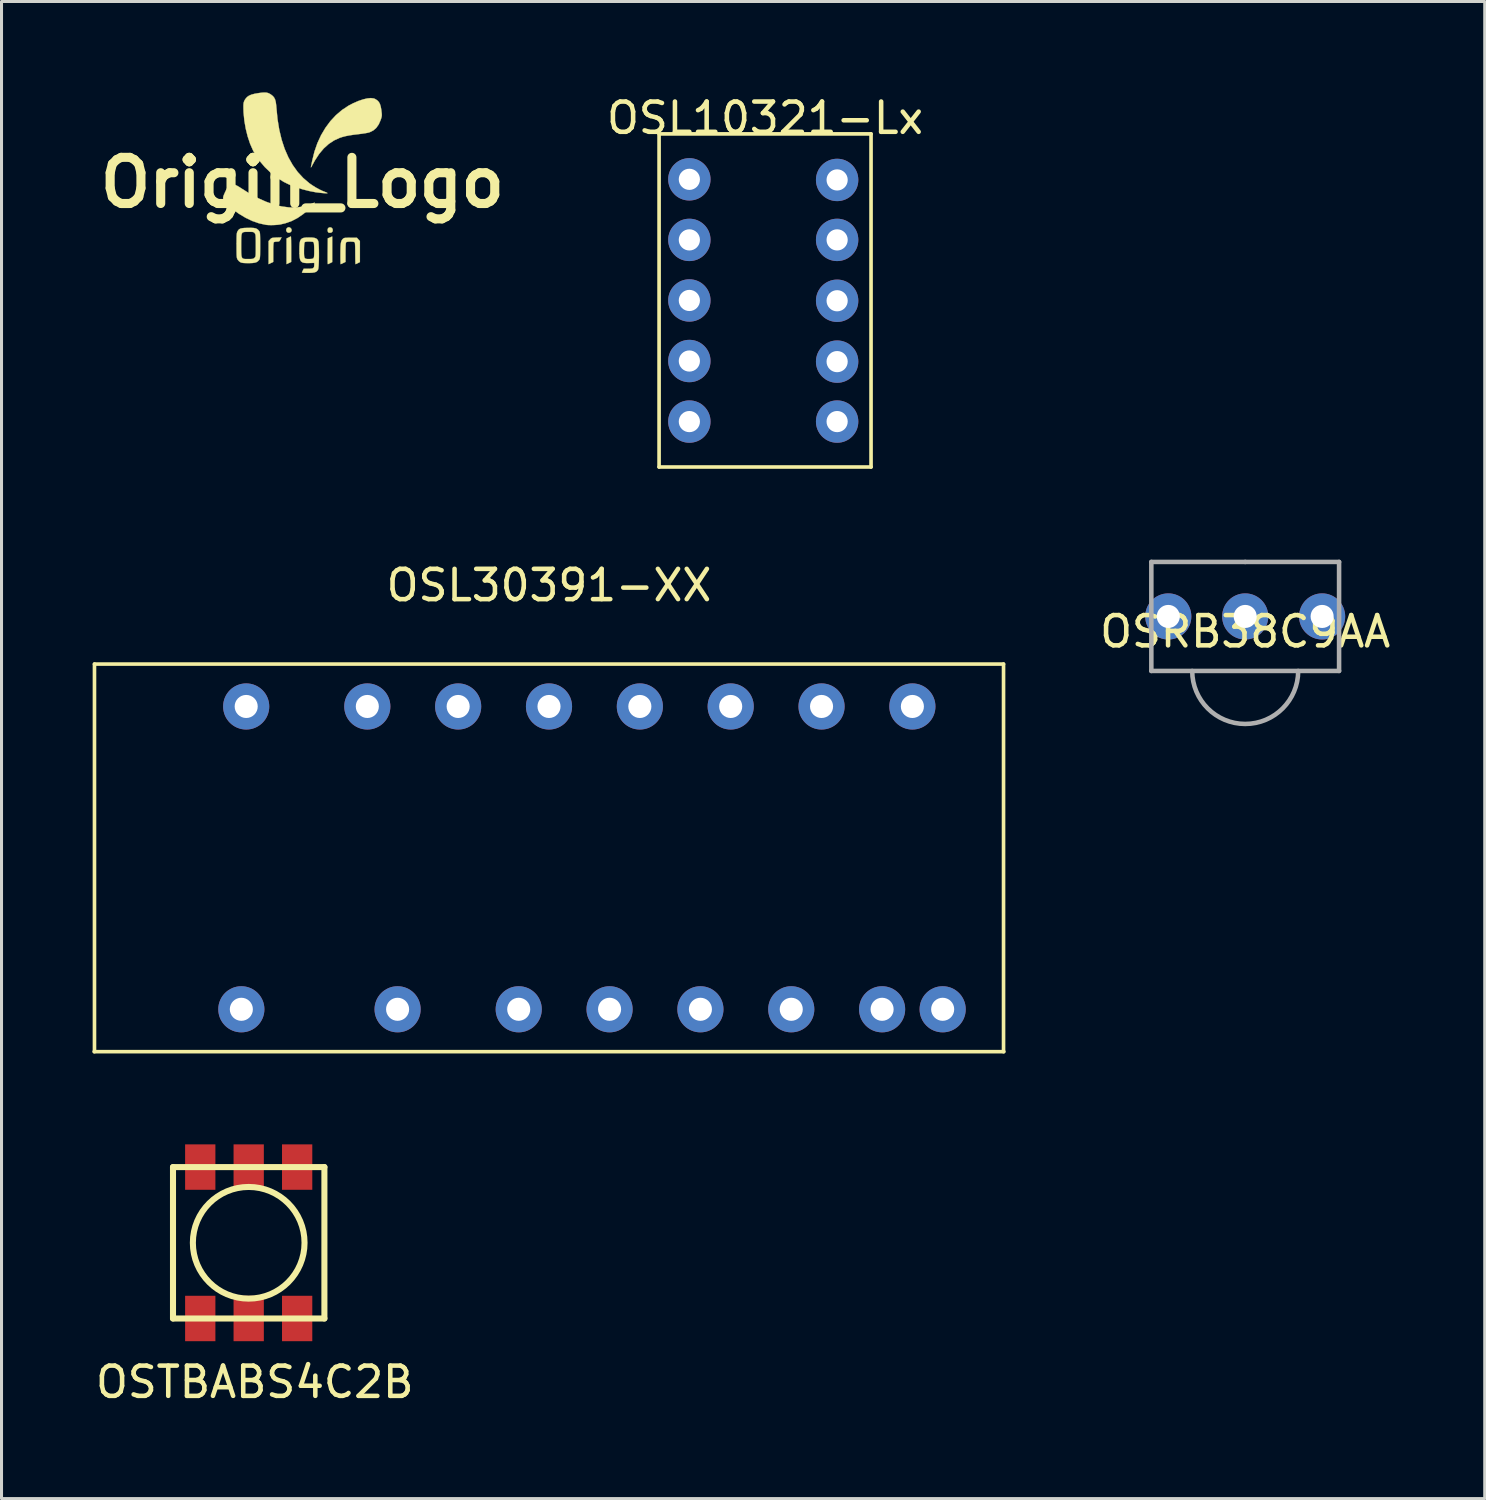
<source format=kicad_pcb>
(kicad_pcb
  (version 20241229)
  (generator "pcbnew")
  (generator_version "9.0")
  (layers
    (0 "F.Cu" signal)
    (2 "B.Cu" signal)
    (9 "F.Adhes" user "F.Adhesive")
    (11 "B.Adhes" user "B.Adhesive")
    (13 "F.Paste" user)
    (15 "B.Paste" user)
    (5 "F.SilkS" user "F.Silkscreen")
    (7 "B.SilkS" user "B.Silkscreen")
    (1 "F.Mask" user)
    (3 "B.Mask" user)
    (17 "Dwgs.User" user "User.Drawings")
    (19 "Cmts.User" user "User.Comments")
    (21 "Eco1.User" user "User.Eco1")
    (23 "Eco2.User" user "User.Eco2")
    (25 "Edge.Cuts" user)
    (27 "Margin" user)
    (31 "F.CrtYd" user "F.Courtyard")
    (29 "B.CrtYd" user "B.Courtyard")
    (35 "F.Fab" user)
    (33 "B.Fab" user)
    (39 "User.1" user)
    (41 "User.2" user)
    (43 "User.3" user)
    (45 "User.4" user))
  (footprint "Origin_Logo"
    (layer "F.Cu")
    (at 6.938 2.981)
    (property "Reference" "Origin_Logo" (at 0 0 0) (layer "F.SilkS") (effects (font (size 1.524 1.524) (thickness 0.3))))
    (attr through_hole)
    (fp_poly (pts (xy -0.379 1.794) (xy -0.377 1.84) (xy -0.375 1.91) (xy -0.374 2) (xy -0.373 2.106) (xy -0.373 2.198) (xy -0.373 2.618) (xy -0.525 2.692) (xy -0.525 1.846) (xy -0.458 1.812) (xy -0.415 1.791) (xy -0.387 1.779) (xy -0.382 1.778) (xy -0.379 1.794)) (stroke (width 0.01) (type solid)) (fill yes) (layer "F.SilkS"))
    (fp_poly (pts (xy -0.404 1.488) (xy -0.37 1.524) (xy -0.356 1.569) (xy -0.356 1.569) (xy -0.37 1.615) (xy -0.405 1.645) (xy -0.451 1.656) (xy -0.496 1.643) (xy -0.514 1.629) (xy -0.537 1.582) (xy -0.533 1.534) (xy -0.506 1.495) (xy -0.461 1.474) (xy -0.446 1.473) (xy -0.404 1.488)) (stroke (width 0.01) (type solid)) (fill yes) (layer "F.SilkS"))
    (fp_poly (pts (xy 0.982 2.624) (xy 0.915 2.658) (xy 0.872 2.679) (xy 0.844 2.691) (xy 0.839 2.692) (xy 0.836 2.676) (xy 0.834 2.631) (xy 0.833 2.56) (xy 0.833 2.47) (xy 0.833 2.363) (xy 0.834 2.266) (xy 0.838 1.84) (xy 0.91 1.81) (xy 0.982 1.779) (xy 0.982 2.624)) (stroke (width 0.01) (type solid)) (fill yes) (layer "F.SilkS"))
    (fp_poly (pts (xy 0.957 1.487) (xy 0.988 1.517) (xy 1.001 1.561) (xy 0.995 1.607) (xy 0.97 1.64) (xy 0.966 1.642) (xy 0.912 1.658) (xy 0.865 1.65) (xy 0.85 1.639) (xy 0.836 1.609) (xy 0.83 1.564) (xy 0.83 1.563) (xy 0.843 1.511) (xy 0.878 1.482) (xy 0.928 1.478) (xy 0.957 1.487)) (stroke (width 0.01) (type solid)) (fill yes) (layer "F.SilkS"))
    (fp_poly (pts (xy -0.727 1.878) (xy -0.751 1.92) (xy -0.774 1.94) (xy -0.81 1.947) (xy -0.844 1.947) (xy -0.896 1.951) (xy -0.935 1.962) (xy -0.945 1.968) (xy -0.953 1.989) (xy -0.959 2.035) (xy -0.963 2.109) (xy -0.965 2.213) (xy -0.965 2.303) (xy -0.965 2.618) (xy -1.118 2.692) (xy -1.118 1.931) (xy -1.068 1.876) (xy -1.044 1.85) (xy -1.021 1.834) (xy -0.991 1.824) (xy -0.946 1.819) (xy -0.878 1.815) (xy -0.855 1.814) (xy -0.692 1.809) (xy -0.727 1.878)) (stroke (width 0.01) (type solid)) (fill yes) (layer "F.SilkS"))
    (fp_poly (pts (xy -2.227 0.073) (xy -2.164 0.1) (xy -2.086 0.145) (xy -2.03 0.182) (xy -1.746 0.361) (xy -1.468 0.512) (xy -1.197 0.633) (xy -0.935 0.725) (xy -0.682 0.787) (xy -0.439 0.819) (xy -0.207 0.821) (xy 0.013 0.792) (xy 0.221 0.734) (xy 0.311 0.697) (xy 0.363 0.674) (xy 0.395 0.664) (xy 0.407 0.668) (xy 0.397 0.688) (xy 0.366 0.725) (xy 0.311 0.781) (xy 0.231 0.859) (xy 0.226 0.864) (xy 0.036 1.03) (xy -0.157 1.164) (xy -0.356 1.268) (xy -0.565 1.342) (xy -0.737 1.382) (xy -0.823 1.393) (xy -0.926 1.4) (xy -1.031 1.403) (xy -1.128 1.401) (xy -1.202 1.394) (xy -1.429 1.345) (xy -1.652 1.268) (xy -1.875 1.162) (xy -2.1 1.027) (xy -2.328 0.86) (xy -2.442 0.767) (xy -2.511 0.707) (xy -2.557 0.662) (xy -2.586 0.625) (xy -2.603 0.59) (xy -2.609 0.573) (xy -2.618 0.532) (xy -2.62 0.495) (xy -2.612 0.454) (xy -2.594 0.403) (xy -2.563 0.333) (xy -2.538 0.279) (xy -2.495 0.195) (xy -2.455 0.138) (xy -2.414 0.101) (xy -2.364 0.077) (xy -2.331 0.068) (xy -2.281 0.063) (xy -2.227 0.073)) (stroke (width 0.01) (type solid)) (fill yes) (layer "F.SilkS"))
    (fp_poly (pts (xy 1.847 1.876) (xy 1.897 1.931) (xy 1.897 2.624) (xy 1.829 2.658) (xy 1.787 2.679) (xy 1.758 2.691) (xy 1.753 2.692) (xy 1.751 2.676) (xy 1.748 2.631) (xy 1.746 2.562) (xy 1.745 2.474) (xy 1.744 2.373) (xy 1.744 2.34) (xy 1.743 2.208) (xy 1.741 2.107) (xy 1.737 2.035) (xy 1.732 1.99) (xy 1.724 1.968) (xy 1.724 1.968) (xy 1.695 1.956) (xy 1.645 1.95) (xy 1.583 1.947) (xy 1.521 1.95) (xy 1.47 1.957) (xy 1.443 1.968) (xy 1.435 1.989) (xy 1.429 2.035) (xy 1.425 2.109) (xy 1.423 2.213) (xy 1.422 2.303) (xy 1.422 2.618) (xy 1.346 2.655) (xy 1.3 2.677) (xy 1.269 2.69) (xy 1.261 2.692) (xy 1.259 2.676) (xy 1.257 2.632) (xy 1.255 2.564) (xy 1.254 2.477) (xy 1.254 2.378) (xy 1.254 2.375) (xy 1.255 2.237) (xy 1.258 2.128) (xy 1.263 2.044) (xy 1.272 1.98) (xy 1.285 1.933) (xy 1.301 1.898) (xy 1.324 1.869) (xy 1.328 1.865) (xy 1.348 1.846) (xy 1.368 1.834) (xy 1.396 1.826) (xy 1.437 1.822) (xy 1.499 1.821) (xy 1.585 1.82) (xy 1.798 1.82) (xy 1.847 1.876)) (stroke (width 0.01) (type solid)) (fill yes) (layer "F.SilkS"))
    (fp_poly (pts (xy 2.354 -2.78) (xy 2.397 -2.764) (xy 2.466 -2.721) (xy 2.518 -2.669) (xy 2.557 -2.602) (xy 2.584 -2.515) (xy 2.605 -2.401) (xy 2.609 -2.363) (xy 2.618 -2.287) (xy 2.621 -2.232) (xy 2.617 -2.187) (xy 2.606 -2.14) (xy 2.586 -2.08) (xy 2.582 -2.067) (xy 2.519 -1.924) (xy 2.439 -1.81) (xy 2.342 -1.725) (xy 2.227 -1.667) (xy 2.184 -1.653) (xy 2.133 -1.642) (xy 2.057 -1.629) (xy 1.966 -1.615) (xy 1.869 -1.603) (xy 1.846 -1.6) (xy 1.681 -1.58) (xy 1.544 -1.559) (xy 1.427 -1.536) (xy 1.323 -1.509) (xy 1.23 -1.479) (xy 1.042 -1.393) (xy 0.866 -1.276) (xy 0.702 -1.128) (xy 0.551 -0.948) (xy 0.413 -0.736) (xy 0.348 -0.618) (xy 0.316 -0.559) (xy 0.293 -0.52) (xy 0.28 -0.503) (xy 0.278 -0.508) (xy 0.285 -0.542) (xy 0.297 -0.6) (xy 0.312 -0.673) (xy 0.323 -0.727) (xy 0.396 -1.024) (xy 0.494 -1.305) (xy 0.615 -1.567) (xy 0.759 -1.81) (xy 0.923 -2.031) (xy 1.106 -2.228) (xy 1.308 -2.4) (xy 1.526 -2.544) (xy 1.678 -2.623) (xy 1.85 -2.697) (xy 2.005 -2.749) (xy 2.142 -2.781) (xy 2.259 -2.792) (xy 2.354 -2.78)) (stroke (width 0.01) (type solid)) (fill yes) (layer "F.SilkS"))
    (fp_poly (pts (xy -1.186 -2.972) (xy -1.129 -2.957) (xy -1.075 -2.931) (xy -1.039 -2.908) (xy -0.98 -2.861) (xy -0.935 -2.808) (xy -0.903 -2.743) (xy -0.881 -2.66) (xy -0.867 -2.553) (xy -0.86 -2.475) (xy -0.824 -2.098) (xy -0.766 -1.745) (xy -0.687 -1.416) (xy -0.587 -1.113) (xy -0.465 -0.834) (xy -0.322 -0.581) (xy -0.159 -0.353) (xy 0.025 -0.153) (xy 0.224 0.018) (xy 0.328 0.09) (xy 0.443 0.162) (xy 0.56 0.226) (xy 0.668 0.277) (xy 0.72 0.297) (xy 0.771 0.317) (xy 0.809 0.334) (xy 0.82 0.341) (xy 0.825 0.348) (xy 0.815 0.352) (xy 0.787 0.352) (xy 0.734 0.349) (xy 0.66 0.344) (xy 0.445 0.319) (xy 0.217 0.275) (xy -0.013 0.216) (xy -0.236 0.144) (xy -0.443 0.061) (xy -0.61 -0.02) (xy -0.836 -0.161) (xy -1.049 -0.328) (xy -1.245 -0.516) (xy -1.418 -0.721) (xy -1.564 -0.939) (xy -1.633 -1.066) (xy -1.729 -1.284) (xy -1.809 -1.525) (xy -1.873 -1.783) (xy -1.919 -2.05) (xy -1.945 -2.318) (xy -1.949 -2.438) (xy -1.95 -2.533) (xy -1.947 -2.603) (xy -1.937 -2.656) (xy -1.92 -2.702) (xy -1.893 -2.749) (xy -1.877 -2.772) (xy -1.829 -2.827) (xy -1.766 -2.871) (xy -1.683 -2.907) (xy -1.576 -2.935) (xy -1.448 -2.957) (xy -1.338 -2.971) (xy -1.253 -2.976) (xy -1.186 -2.972)) (stroke (width 0.01) (type solid)) (fill yes) (layer "F.SilkS"))
    (fp_poly (pts (xy 0.325 1.815) (xy 0.401 1.826) (xy 0.455 1.846) (xy 0.493 1.878) (xy 0.518 1.923) (xy 0.527 1.962) (xy 0.534 2.029) (xy 0.539 2.117) (xy 0.543 2.22) (xy 0.544 2.333) (xy 0.544 2.449) (xy 0.542 2.562) (xy 0.538 2.666) (xy 0.533 2.756) (xy 0.526 2.825) (xy 0.517 2.867) (xy 0.515 2.871) (xy 0.488 2.913) (xy 0.451 2.944) (xy 0.398 2.964) (xy 0.325 2.975) (xy 0.225 2.98) (xy 0.179 2.98) (xy 0.102 2.98) (xy 0.04 2.978) (xy -0.002 2.975) (xy -0.017 2.972) (xy -0.01 2.953) (xy 0.006 2.916) (xy 0.012 2.905) (xy 0.04 2.845) (xy 0.188 2.845) (xy 0.274 2.842) (xy 0.332 2.833) (xy 0.367 2.813) (xy 0.384 2.779) (xy 0.389 2.729) (xy 0.39 2.721) (xy 0.39 2.65) (xy 0.231 2.655) (xy 0.129 2.656) (xy 0.05 2.649) (xy -0.008 2.63) (xy -0.05 2.595) (xy -0.077 2.541) (xy -0.093 2.463) (xy -0.1 2.36) (xy -0.102 2.241) (xy 0.051 2.241) (xy 0.051 2.345) (xy 0.055 2.419) (xy 0.065 2.469) (xy 0.084 2.5) (xy 0.114 2.516) (xy 0.159 2.522) (xy 0.22 2.523) (xy 0.295 2.52) (xy 0.342 2.51) (xy 0.363 2.496) (xy 0.374 2.479) (xy 0.382 2.45) (xy 0.386 2.402) (xy 0.389 2.332) (xy 0.389 2.241) (xy 0.388 2.154) (xy 0.385 2.077) (xy 0.38 2.018) (xy 0.373 1.983) (xy 0.372 1.98) (xy 0.358 1.963) (xy 0.335 1.953) (xy 0.294 1.949) (xy 0.227 1.947) (xy 0.22 1.947) (xy 0.151 1.948) (xy 0.108 1.953) (xy 0.083 1.962) (xy 0.069 1.978) (xy 0.068 1.98) (xy 0.062 2.009) (xy 0.056 2.064) (xy 0.053 2.138) (xy 0.051 2.223) (xy 0.051 2.241) (xy -0.102 2.241) (xy -0.102 2.235) (xy -0.1 2.104) (xy -0.093 2.004) (xy -0.078 1.929) (xy -0.051 1.876) (xy -0.011 1.842) (xy 0.046 1.823) (xy 0.124 1.814) (xy 0.22 1.812) (xy 0.325 1.815)) (stroke (width 0.01) (type solid)) (fill yes) (layer "F.SilkS"))
    (fp_poly (pts (xy -1.608 1.498) (xy -1.545 1.51) (xy -1.498 1.532) (xy -1.459 1.564) (xy -1.432 1.597) (xy -1.421 1.614) (xy -1.413 1.632) (xy -1.407 1.658) (xy -1.402 1.695) (xy -1.4 1.747) (xy -1.398 1.819) (xy -1.397 1.915) (xy -1.397 2.04) (xy -1.397 2.074) (xy -1.397 2.206) (xy -1.398 2.309) (xy -1.399 2.387) (xy -1.402 2.443) (xy -1.406 2.483) (xy -1.411 2.511) (xy -1.419 2.531) (xy -1.429 2.548) (xy -1.432 2.551) (xy -1.469 2.594) (xy -1.513 2.624) (xy -1.569 2.643) (xy -1.644 2.654) (xy -1.745 2.658) (xy -1.786 2.658) (xy -1.882 2.657) (xy -1.952 2.653) (xy -2.001 2.646) (xy -2.039 2.633) (xy -2.048 2.629) (xy -2.097 2.593) (xy -2.138 2.546) (xy -2.141 2.54) (xy -2.152 2.519) (xy -2.161 2.496) (xy -2.167 2.466) (xy -2.171 2.424) (xy -2.174 2.366) (xy -2.175 2.287) (xy -2.176 2.209) (xy -2.024 2.209) (xy -2.022 2.314) (xy -2.018 2.392) (xy -2.008 2.448) (xy -1.991 2.486) (xy -1.965 2.508) (xy -1.927 2.519) (xy -1.875 2.523) (xy -1.809 2.523) (xy -1.784 2.523) (xy -1.708 2.522) (xy -1.657 2.519) (xy -1.625 2.512) (xy -1.601 2.498) (xy -1.582 2.482) (xy -1.569 2.467) (xy -1.558 2.452) (xy -1.551 2.431) (xy -1.546 2.4) (xy -1.543 2.354) (xy -1.542 2.288) (xy -1.541 2.198) (xy -1.541 2.079) (xy -1.541 2.077) (xy -1.541 1.957) (xy -1.542 1.866) (xy -1.544 1.799) (xy -1.547 1.751) (xy -1.552 1.719) (xy -1.56 1.696) (xy -1.57 1.678) (xy -1.576 1.67) (xy -1.594 1.65) (xy -1.614 1.637) (xy -1.643 1.629) (xy -1.69 1.626) (xy -1.762 1.626) (xy -1.777 1.626) (xy -1.851 1.625) (xy -1.909 1.628) (xy -1.952 1.636) (xy -1.983 1.654) (xy -2.003 1.685) (xy -2.015 1.734) (xy -2.021 1.805) (xy -2.023 1.9) (xy -2.024 2.024) (xy -2.024 2.074) (xy -2.024 2.209) (xy -2.176 2.209) (xy -2.176 2.182) (xy -2.176 2.074) (xy -2.176 1.944) (xy -2.175 1.843) (xy -2.173 1.766) (xy -2.17 1.71) (xy -2.165 1.67) (xy -2.158 1.641) (xy -2.149 1.619) (xy -2.146 1.613) (xy -2.119 1.57) (xy -2.088 1.539) (xy -2.047 1.518) (xy -1.99 1.505) (xy -1.912 1.497) (xy -1.806 1.494) (xy -1.804 1.494) (xy -1.692 1.493) (xy -1.608 1.498)) (stroke (width 0.01) (type solid)) (fill yes) (layer "F.SilkS")))
  (footprint "OSRB38C9AA"
    (layer "F.Cu")
    (at 38.071 17.307)
    (property "Reference" "OSRB38C9AA" (at 0 0.5 0) (layer "F.SilkS") (effects (font (size 1 1) (thickness 0.15))))
    (attr through_hole)
    (fp_line (start -3.1 -1.8) (end -3.1 1.8) (stroke (width 0.15) (type solid)) (layer "F.Fab"))
    (fp_line (start -3.1 1.8) (end 3.1 1.8) (stroke (width 0.15) (type solid)) (layer "F.Fab"))
    (fp_line (start 0 -1.8) (end -3.1 -1.8) (stroke (width 0.15) (type solid)) (layer "F.Fab"))
    (fp_line (start 3.1 -1.8) (end 0 -1.8) (stroke (width 0.15) (type solid)) (layer "F.Fab"))
    (fp_line (start 3.1 1.8) (end 3.1 -1.8) (stroke (width 0.15) (type solid)) (layer "F.Fab"))
    (fp_arc (start 1.75 1.8) (mid 0 3.55) (end -1.75 1.8) (stroke (width 0.15) (type solid)) (layer "F.Fab"))
    (pad "1" thru_hole circle (at -2.54 0) (size 1.524 1.524) (drill 0.762) (layers "*.Cu" "*.Mask"))
    (pad "2" thru_hole circle (at 0 0) (size 1.524 1.524) (drill 0.762) (layers "*.Cu" "*.Mask"))
    (pad "3" thru_hole circle (at 2.54 0) (size 1.524 1.524) (drill 0.762) (layers "*.Cu" "*.Mask")))
  (footprint "OSL10321-Lx"
    (layer "F.Cu")
    (at 22.215 6.872)
    (property "Reference" "OSL10321-Lx" (at 0 -6.024 0) (layer "F.SilkS") (effects (font (size 1 1) (thickness 0.15))))
    (attr through_hole)
    (fp_line (start -3.5 -5.5) (end 3.5 -5.5) (stroke (width 0.12) (type solid)) (layer "F.SilkS"))
    (fp_line (start -3.5 5.5) (end -3.5 -5.5) (stroke (width 0.12) (type solid)) (layer "F.SilkS"))
    (fp_line (start 3.5 -5.5) (end 3.5 5.5) (stroke (width 0.12) (type solid)) (layer "F.SilkS"))
    (fp_line (start 3.5 5.5) (end -3.5 5.5) (stroke (width 0.12) (type solid)) (layer "F.SilkS"))
    (pad "1" thru_hole circle (at -2.5 -4) (size 1.4 1.4) (drill 0.7) (layers "*.Cu" "*.Mask"))
    (pad "2" thru_hole circle (at -2.5 -2) (size 1.4 1.4) (drill 0.7) (layers "*.Cu" "*.Mask"))
    (pad "3" thru_hole circle (at -2.5 0) (size 1.4 1.4) (drill 0.7) (layers "*.Cu" "*.Mask"))
    (pad "4" thru_hole circle (at -2.5 2) (size 1.4 1.4) (drill 0.7) (layers "*.Cu" "*.Mask"))
    (pad "5" thru_hole circle (at -2.5 4) (size 1.4 1.4) (drill 0.7) (layers "*.Cu" "*.Mask"))
    (pad "6" thru_hole circle (at 2.38 4) (size 1.4 1.4) (drill 0.7) (layers "*.Cu" "*.Mask"))
    (pad "7" thru_hole circle (at 2.38 2.02) (size 1.4 1.4) (drill 0.7) (layers "*.Cu" "*.Mask"))
    (pad "8" thru_hole circle (at 2.38 0.01) (size 1.4 1.4) (drill 0.7) (layers "*.Cu" "*.Mask"))
    (pad "9" thru_hole circle (at 2.38 -2) (size 1.4 1.4) (drill 0.7) (layers "*.Cu" "*.Mask"))
    (pad "10" thru_hole circle (at 2.38 -3.98) (size 1.4 1.4) (drill 0.7) (layers "*.Cu" "*.Mask")))
  (footprint "OSL30391-XX"
    (layer "F.Cu")
    (at 15.08 25.28)
    (property "Reference" "OSL30391-XX" (at 0 -9 0) (layer "F.SilkS") (effects (font (size 1 1) (thickness 0.15))))
    (attr through_hole)
    (fp_line (start -15.02 6.4) (end 15.02 6.4) (stroke (width 0.12) (type solid)) (layer "F.SilkS"))
    (fp_line (start -15.01 6.4) (end -15.01 -6.4) (stroke (width 0.12) (type solid)) (layer "F.SilkS"))
    (fp_line (start 15.01 -6.4) (end -15.01 -6.4) (stroke (width 0.12) (type solid)) (layer "F.SilkS"))
    (fp_line (start 15.01 -6.4) (end 15.01 6.4) (stroke (width 0.12) (type solid)) (layer "F.SilkS"))
    (pad "1" thru_hole circle (at -10.16 5) (size 1.524 1.524) (drill 0.762) (layers "*.Cu" "*.Mask"))
    (pad "2" thru_hole circle (at -5 5) (size 1.524 1.524) (drill 0.762) (layers "*.Cu" "*.Mask"))
    (pad "3" thru_hole circle (at -1 5) (size 1.524 1.524) (drill 0.762) (layers "*.Cu" "*.Mask"))
    (pad "4" thru_hole circle (at 2 5) (size 1.524 1.524) (drill 0.762) (layers "*.Cu" "*.Mask"))
    (pad "5" thru_hole circle (at 5 5) (size 1.524 1.524) (drill 0.762) (layers "*.Cu" "*.Mask"))
    (pad "6" thru_hole circle (at 8 5) (size 1.524 1.524) (drill 0.762) (layers "*.Cu" "*.Mask"))
    (pad "7" thru_hole circle (at 11 5) (size 1.524 1.524) (drill 0.762) (layers "*.Cu" "*.Mask"))
    (pad "8" thru_hole circle (at 13 5) (size 1.524 1.524) (drill 0.762) (layers "*.Cu" "*.Mask"))
    (pad "9" thru_hole circle (at -10 -5) (size 1.524 1.524) (drill 0.762) (layers "*.Cu" "*.Mask"))
    (pad "10" thru_hole circle (at -6 -5) (size 1.524 1.524) (drill 0.762) (layers "*.Cu" "*.Mask"))
    (pad "11" thru_hole circle (at -3 -5) (size 1.524 1.524) (drill 0.762) (layers "*.Cu" "*.Mask"))
    (pad "12" thru_hole circle (at 0 -5) (size 1.524 1.524) (drill 0.762) (layers "*.Cu" "*.Mask"))
    (pad "13" thru_hole circle (at 3 -5) (size 1.524 1.524) (drill 0.762) (layers "*.Cu" "*.Mask"))
    (pad "14" thru_hole circle (at 6 -5) (size 1.524 1.524) (drill 0.762) (layers "*.Cu" "*.Mask"))
    (pad "15" thru_hole circle (at 9 -5) (size 1.524 1.524) (drill 0.762) (layers "*.Cu" "*.Mask"))
    (pad "16" thru_hole circle (at 12 -5) (size 1.524 1.524) (drill 0.762) (layers "*.Cu" "*.Mask")))
  (footprint "OSTBABS4C2B"
    (layer "F.Cu")
    (at 5.163 37.891)
    (property "Reference" "OSTBABS4C2B" (at 0.2 4.7 0) (layer "F.SilkS") (effects (font (size 1 1) (thickness 0.15))))
    (attr through_hole)
    (fp_line (start -2.5 -2.4) (end 2.5 -2.4) (stroke (width 0.2) (type solid)) (layer "F.SilkS"))
    (fp_line (start -2.5 2.6) (end -2.5 -2.4) (stroke (width 0.2) (type solid)) (layer "F.SilkS"))
    (fp_line (start 2.5 -2.4) (end 2.5 2.6) (stroke (width 0.2) (type solid)) (layer "F.SilkS"))
    (fp_line (start 2.5 2.6) (end -2.5 2.6) (stroke (width 0.2) (type solid)) (layer "F.SilkS"))
    (fp_circle (center 0 0.1) (end 0.4 -1.7) (stroke (width 0.2) (type solid)) (fill no) (layer "F.SilkS"))
    (pad "1" smd rect (at -1.6 2.6) (size 1 1.5) (layers "F.Cu" "F.Mask" "F.Paste"))
    (pad "2" smd rect (at 0 2.6) (size 1 1.5) (layers "F.Cu" "F.Mask" "F.Paste"))
    (pad "3" smd rect (at 1.6 2.6) (size 1 1.5) (layers "F.Cu" "F.Mask" "F.Paste"))
    (pad "4" smd rect (at 1.6 -2.4) (size 1 1.5) (layers "F.Cu" "F.Mask" "F.Paste"))
    (pad "5" smd rect (at 0 -2.4) (size 1 1.5) (layers "F.Cu" "F.Mask" "F.Paste"))
    (pad "6" smd rect (at -1.6 -2.4) (size 1 1.5) (layers "F.Cu" "F.Mask" "F.Paste")))
  (gr_rect
    (start -3 -3)
    (end 45.981 46.439)
    (stroke (width 0.1) (type default))
    (fill no)
    (layer "Edge.Cuts")))
</source>
